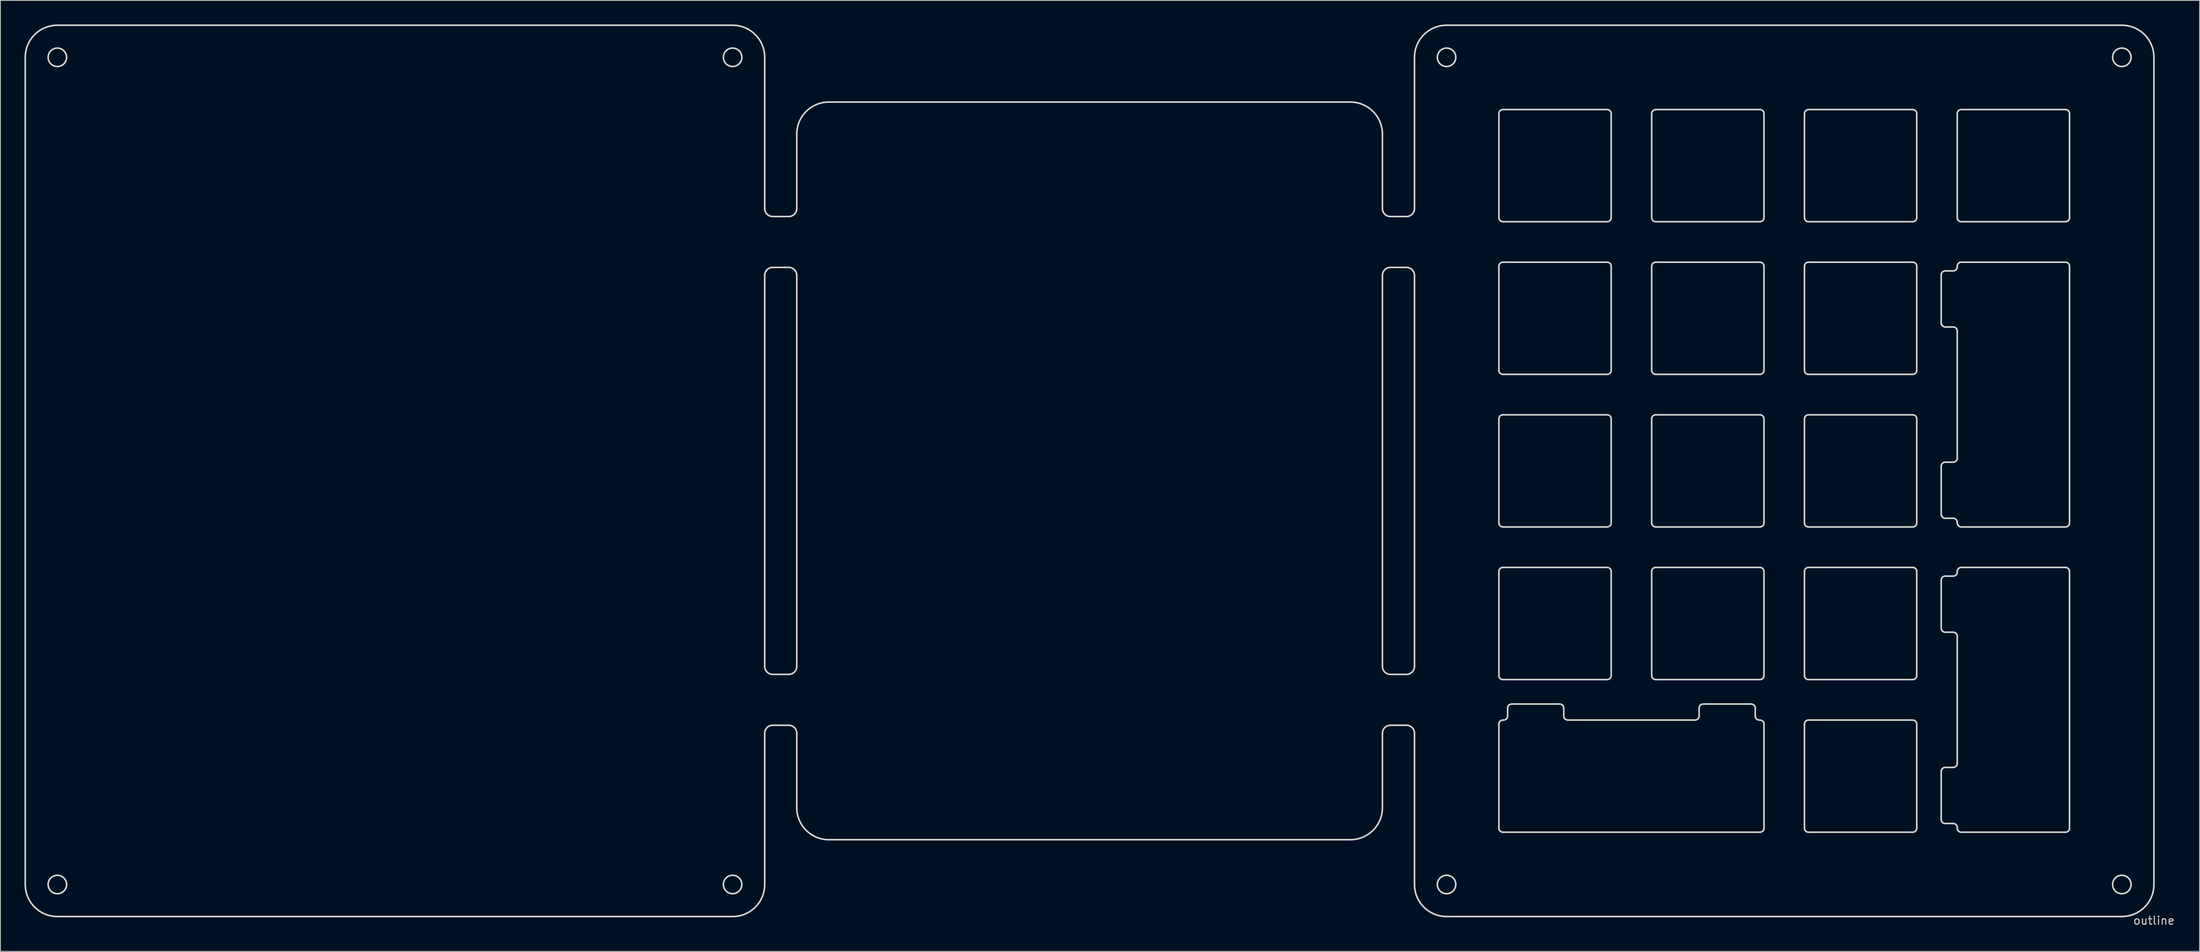
<source format=kicad_pcb>
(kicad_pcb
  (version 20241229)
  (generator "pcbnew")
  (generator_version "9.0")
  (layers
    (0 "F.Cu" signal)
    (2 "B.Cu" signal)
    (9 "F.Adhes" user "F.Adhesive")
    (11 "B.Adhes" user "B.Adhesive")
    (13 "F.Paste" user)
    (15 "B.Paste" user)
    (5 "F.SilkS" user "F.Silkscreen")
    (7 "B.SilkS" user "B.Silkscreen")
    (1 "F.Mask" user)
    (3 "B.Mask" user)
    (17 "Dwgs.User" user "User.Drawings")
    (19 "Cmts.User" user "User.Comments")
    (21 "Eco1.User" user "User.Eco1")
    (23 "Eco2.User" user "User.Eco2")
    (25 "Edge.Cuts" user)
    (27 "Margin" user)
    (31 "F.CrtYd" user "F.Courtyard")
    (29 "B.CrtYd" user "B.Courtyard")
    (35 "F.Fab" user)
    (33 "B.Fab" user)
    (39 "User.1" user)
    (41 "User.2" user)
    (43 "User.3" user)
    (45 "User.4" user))
  (footprint "outline"
    (layer "F.Cu")
    (at 265.525 111.35)
    (property "Reference" "outline" (at 0 0.5 0) (layer "Dwgs.User") (effects (font (size 1 1) (thickness 0.15))))
    (attr through_hole)
    (fp_line (start -265.425 -4) (end -265.425 -107.25) (stroke (width 0.2) (type solid)) (layer "Edge.Cuts"))
    (fp_line (start -261.425 -111.25) (end -177.225 -111.25) (stroke (width 0.2) (type solid)) (layer "Edge.Cuts"))
    (fp_line (start -177.225 0) (end -261.425 0) (stroke (width 0.2) (type solid)) (layer "Edge.Cuts"))
    (fp_line (start -173.225 -107.25) (end -173.225 -88.375) (stroke (width 0.2) (type solid)) (layer "Edge.Cuts"))
    (fp_line (start -173.225 -80.025) (end -173.225 -31.225) (stroke (width 0.2) (type solid)) (layer "Edge.Cuts"))
    (fp_line (start -173.225 -22.875) (end -173.225 -4) (stroke (width 0.2) (type solid)) (layer "Edge.Cuts"))
    (fp_line (start -172.225 -87.375) (end -170.225 -87.375) (stroke (width 0.2) (type solid)) (layer "Edge.Cuts"))
    (fp_line (start -172.225 -30.225) (end -170.225 -30.225) (stroke (width 0.2) (type solid)) (layer "Edge.Cuts"))
    (fp_line (start -170.225 -81.025) (end -172.225 -81.025) (stroke (width 0.2) (type solid)) (layer "Edge.Cuts"))
    (fp_line (start -170.225 -23.875) (end -172.225 -23.875) (stroke (width 0.2) (type solid)) (layer "Edge.Cuts"))
    (fp_line (start -169.225 -88.375) (end -169.225 -97.662) (stroke (width 0.2) (type solid)) (layer "Edge.Cuts"))
    (fp_line (start -169.225 -31.225) (end -169.225 -80.025) (stroke (width 0.2) (type solid)) (layer "Edge.Cuts"))
    (fp_line (start -169.225 -13.588) (end -169.225 -22.875) (stroke (width 0.2) (type solid)) (layer "Edge.Cuts"))
    (fp_line (start -165.225 -101.662) (end -100.2 -101.662) (stroke (width 0.2) (type solid)) (layer "Edge.Cuts"))
    (fp_line (start -100.2 -9.588) (end -165.225 -9.588) (stroke (width 0.2) (type solid)) (layer "Edge.Cuts"))
    (fp_line (start -96.2 -97.662) (end -96.2 -88.375) (stroke (width 0.2) (type solid)) (layer "Edge.Cuts"))
    (fp_line (start -96.2 -80.025) (end -96.2 -31.225) (stroke (width 0.2) (type solid)) (layer "Edge.Cuts"))
    (fp_line (start -96.2 -22.875) (end -96.2 -13.588) (stroke (width 0.2) (type solid)) (layer "Edge.Cuts"))
    (fp_line (start -95.2 -87.375) (end -93.2 -87.375) (stroke (width 0.2) (type solid)) (layer "Edge.Cuts"))
    (fp_line (start -95.2 -30.225) (end -93.2 -30.225) (stroke (width 0.2) (type solid)) (layer "Edge.Cuts"))
    (fp_line (start -93.2 -81.025) (end -95.2 -81.025) (stroke (width 0.2) (type solid)) (layer "Edge.Cuts"))
    (fp_line (start -93.2 -23.875) (end -95.2 -23.875) (stroke (width 0.2) (type solid)) (layer "Edge.Cuts"))
    (fp_line (start -92.2 -88.375) (end -92.2 -107.25) (stroke (width 0.2) (type solid)) (layer "Edge.Cuts"))
    (fp_line (start -92.2 -31.225) (end -92.2 -80.025) (stroke (width 0.2) (type solid)) (layer "Edge.Cuts"))
    (fp_line (start -92.2 -4) (end -92.2 -22.875) (stroke (width 0.2) (type solid)) (layer "Edge.Cuts"))
    (fp_line (start -88.2 -111.25) (end -4 -111.25) (stroke (width 0.2) (type solid)) (layer "Edge.Cuts"))
    (fp_line (start -81.675 -100.225) (end -81.675 -87.225) (stroke (width 0.2) (type solid)) (layer "Edge.Cuts"))
    (fp_line (start -81.675 -68.175) (end -81.675 -81.175) (stroke (width 0.2) (type solid)) (layer "Edge.Cuts"))
    (fp_line (start -81.675 -62.125) (end -81.675 -49.125) (stroke (width 0.2) (type solid)) (layer "Edge.Cuts"))
    (fp_line (start -81.675 -43.075) (end -81.675 -30.075) (stroke (width 0.2) (type solid)) (layer "Edge.Cuts"))
    (fp_line (start -81.675 -24.025) (end -81.675 -11.025) (stroke (width 0.2) (type solid)) (layer "Edge.Cuts"))
    (fp_line (start -81.175 -86.725) (end -68.175 -86.725) (stroke (width 0.2) (type solid)) (layer "Edge.Cuts"))
    (fp_line (start -81.175 -81.675) (end -68.175 -81.675) (stroke (width 0.2) (type solid)) (layer "Edge.Cuts"))
    (fp_line (start -81.175 -48.625) (end -68.175 -48.625) (stroke (width 0.2) (type solid)) (layer "Edge.Cuts"))
    (fp_line (start -81.175 -29.575) (end -68.175 -29.575) (stroke (width 0.2) (type solid)) (layer "Edge.Cuts"))
    (fp_line (start -81.175 -10.525) (end -49.125 -10.525) (stroke (width 0.2) (type solid)) (layer "Edge.Cuts"))
    (fp_line (start -81.088 -24.525) (end -81.175 -24.525) (stroke (width 0.2) (type solid)) (layer "Edge.Cuts"))
    (fp_line (start -80.588 -26.025) (end -80.588 -25.025) (stroke (width 0.2) (type solid)) (layer "Edge.Cuts"))
    (fp_line (start -74.088 -26.525) (end -80.088 -26.525) (stroke (width 0.2) (type solid)) (layer "Edge.Cuts"))
    (fp_line (start -73.588 -25.025) (end -73.588 -26.025) (stroke (width 0.2) (type solid)) (layer "Edge.Cuts"))
    (fp_line (start -68.175 -100.725) (end -81.175 -100.725) (stroke (width 0.2) (type solid)) (layer "Edge.Cuts"))
    (fp_line (start -68.175 -67.675) (end -81.175 -67.675) (stroke (width 0.2) (type solid)) (layer "Edge.Cuts"))
    (fp_line (start -68.175 -62.625) (end -81.175 -62.625) (stroke (width 0.2) (type solid)) (layer "Edge.Cuts"))
    (fp_line (start -68.175 -43.575) (end -81.175 -43.575) (stroke (width 0.2) (type solid)) (layer "Edge.Cuts"))
    (fp_line (start -67.675 -87.225) (end -67.675 -100.225) (stroke (width 0.2) (type solid)) (layer "Edge.Cuts"))
    (fp_line (start -67.675 -81.175) (end -67.675 -68.175) (stroke (width 0.2) (type solid)) (layer "Edge.Cuts"))
    (fp_line (start -67.675 -49.125) (end -67.675 -62.125) (stroke (width 0.2) (type solid)) (layer "Edge.Cuts"))
    (fp_line (start -67.675 -30.075) (end -67.675 -43.075) (stroke (width 0.2) (type solid)) (layer "Edge.Cuts"))
    (fp_line (start -62.625 -100.225) (end -62.625 -87.225) (stroke (width 0.2) (type solid)) (layer "Edge.Cuts"))
    (fp_line (start -62.625 -81.175) (end -62.625 -68.175) (stroke (width 0.2) (type solid)) (layer "Edge.Cuts"))
    (fp_line (start -62.625 -62.125) (end -62.625 -49.125) (stroke (width 0.2) (type solid)) (layer "Edge.Cuts"))
    (fp_line (start -62.625 -43.075) (end -62.625 -30.075) (stroke (width 0.2) (type solid)) (layer "Edge.Cuts"))
    (fp_line (start -62.125 -86.725) (end -49.125 -86.725) (stroke (width 0.2) (type solid)) (layer "Edge.Cuts"))
    (fp_line (start -62.125 -67.675) (end -49.125 -67.675) (stroke (width 0.2) (type solid)) (layer "Edge.Cuts"))
    (fp_line (start -62.125 -48.625) (end -49.125 -48.625) (stroke (width 0.2) (type solid)) (layer "Edge.Cuts"))
    (fp_line (start -62.125 -29.575) (end -49.125 -29.575) (stroke (width 0.2) (type solid)) (layer "Edge.Cuts"))
    (fp_line (start -57.212 -24.525) (end -73.088 -24.525) (stroke (width 0.2) (type solid)) (layer "Edge.Cuts"))
    (fp_line (start -56.712 -26.025) (end -56.712 -25.025) (stroke (width 0.2) (type solid)) (layer "Edge.Cuts"))
    (fp_line (start -50.212 -26.525) (end -56.212 -26.525) (stroke (width 0.2) (type solid)) (layer "Edge.Cuts"))
    (fp_line (start -49.712 -25.025) (end -49.712 -26.025) (stroke (width 0.2) (type solid)) (layer "Edge.Cuts"))
    (fp_line (start -49.125 -100.725) (end -62.125 -100.725) (stroke (width 0.2) (type solid)) (layer "Edge.Cuts"))
    (fp_line (start -49.125 -81.675) (end -62.125 -81.675) (stroke (width 0.2) (type solid)) (layer "Edge.Cuts"))
    (fp_line (start -49.125 -62.625) (end -62.125 -62.625) (stroke (width 0.2) (type solid)) (layer "Edge.Cuts"))
    (fp_line (start -49.125 -43.575) (end -62.125 -43.575) (stroke (width 0.2) (type solid)) (layer "Edge.Cuts"))
    (fp_line (start -49.125 -24.525) (end -49.212 -24.525) (stroke (width 0.2) (type solid)) (layer "Edge.Cuts"))
    (fp_line (start -48.625 -87.225) (end -48.625 -100.225) (stroke (width 0.2) (type solid)) (layer "Edge.Cuts"))
    (fp_line (start -48.625 -68.175) (end -48.625 -81.175) (stroke (width 0.2) (type solid)) (layer "Edge.Cuts"))
    (fp_line (start -48.625 -49.125) (end -48.625 -62.125) (stroke (width 0.2) (type solid)) (layer "Edge.Cuts"))
    (fp_line (start -48.625 -30.075) (end -48.625 -43.075) (stroke (width 0.2) (type solid)) (layer "Edge.Cuts"))
    (fp_line (start -48.625 -11.025) (end -48.625 -24.025) (stroke (width 0.2) (type solid)) (layer "Edge.Cuts"))
    (fp_line (start -43.575 -87.225) (end -43.575 -100.225) (stroke (width 0.2) (type solid)) (layer "Edge.Cuts"))
    (fp_line (start -43.575 -81.175) (end -43.575 -68.175) (stroke (width 0.2) (type solid)) (layer "Edge.Cuts"))
    (fp_line (start -43.575 -62.125) (end -43.575 -49.125) (stroke (width 0.2) (type solid)) (layer "Edge.Cuts"))
    (fp_line (start -43.575 -43.075) (end -43.575 -30.075) (stroke (width 0.2) (type solid)) (layer "Edge.Cuts"))
    (fp_line (start -43.575 -24.025) (end -43.575 -11.025) (stroke (width 0.2) (type solid)) (layer "Edge.Cuts"))
    (fp_line (start -43.075 -100.725) (end -30.075 -100.725) (stroke (width 0.2) (type solid)) (layer "Edge.Cuts"))
    (fp_line (start -43.075 -67.675) (end -30.075 -67.675) (stroke (width 0.2) (type solid)) (layer "Edge.Cuts"))
    (fp_line (start -43.075 -48.625) (end -30.075 -48.625) (stroke (width 0.2) (type solid)) (layer "Edge.Cuts"))
    (fp_line (start -43.075 -29.575) (end -30.075 -29.575) (stroke (width 0.2) (type solid)) (layer "Edge.Cuts"))
    (fp_line (start -43.075 -10.525) (end -30.075 -10.525) (stroke (width 0.2) (type solid)) (layer "Edge.Cuts"))
    (fp_line (start -30.075 -86.725) (end -43.075 -86.725) (stroke (width 0.2) (type solid)) (layer "Edge.Cuts"))
    (fp_line (start -30.075 -81.675) (end -43.075 -81.675) (stroke (width 0.2) (type solid)) (layer "Edge.Cuts"))
    (fp_line (start -30.075 -62.625) (end -43.075 -62.625) (stroke (width 0.2) (type solid)) (layer "Edge.Cuts"))
    (fp_line (start -30.075 -43.575) (end -43.075 -43.575) (stroke (width 0.2) (type solid)) (layer "Edge.Cuts"))
    (fp_line (start -30.075 -24.525) (end -43.075 -24.525) (stroke (width 0.2) (type solid)) (layer "Edge.Cuts"))
    (fp_line (start -29.575 -100.225) (end -29.575 -87.225) (stroke (width 0.2) (type solid)) (layer "Edge.Cuts"))
    (fp_line (start -29.575 -68.175) (end -29.575 -81.175) (stroke (width 0.2) (type solid)) (layer "Edge.Cuts"))
    (fp_line (start -29.575 -49.125) (end -29.575 -62.125) (stroke (width 0.2) (type solid)) (layer "Edge.Cuts"))
    (fp_line (start -29.575 -30.075) (end -29.575 -43.075) (stroke (width 0.2) (type solid)) (layer "Edge.Cuts"))
    (fp_line (start -29.575 -11.025) (end -29.575 -24.025) (stroke (width 0.2) (type solid)) (layer "Edge.Cuts"))
    (fp_line (start -26.525 -80.088) (end -26.525 -74.088) (stroke (width 0.2) (type solid)) (layer "Edge.Cuts"))
    (fp_line (start -26.525 -56.212) (end -26.525 -50.212) (stroke (width 0.2) (type solid)) (layer "Edge.Cuts"))
    (fp_line (start -26.525 -41.988) (end -26.525 -35.988) (stroke (width 0.2) (type solid)) (layer "Edge.Cuts"))
    (fp_line (start -26.525 -18.112) (end -26.525 -12.112) (stroke (width 0.2) (type solid)) (layer "Edge.Cuts"))
    (fp_line (start -26.025 -73.588) (end -25.025 -73.588) (stroke (width 0.2) (type solid)) (layer "Edge.Cuts"))
    (fp_line (start -26.025 -49.712) (end -25.025 -49.712) (stroke (width 0.2) (type solid)) (layer "Edge.Cuts"))
    (fp_line (start -26.025 -35.488) (end -25.025 -35.488) (stroke (width 0.2) (type solid)) (layer "Edge.Cuts"))
    (fp_line (start -26.025 -11.612) (end -25.025 -11.612) (stroke (width 0.2) (type solid)) (layer "Edge.Cuts"))
    (fp_line (start -25.025 -80.588) (end -26.025 -80.588) (stroke (width 0.2) (type solid)) (layer "Edge.Cuts"))
    (fp_line (start -25.025 -56.712) (end -26.025 -56.712) (stroke (width 0.2) (type solid)) (layer "Edge.Cuts"))
    (fp_line (start -25.025 -42.488) (end -26.025 -42.488) (stroke (width 0.2) (type solid)) (layer "Edge.Cuts"))
    (fp_line (start -25.025 -18.612) (end -26.025 -18.612) (stroke (width 0.2) (type solid)) (layer "Edge.Cuts"))
    (fp_line (start -24.525 -100.225) (end -24.525 -87.225) (stroke (width 0.2) (type solid)) (layer "Edge.Cuts"))
    (fp_line (start -24.525 -81.175) (end -24.525 -81.088) (stroke (width 0.2) (type solid)) (layer "Edge.Cuts"))
    (fp_line (start -24.525 -73.088) (end -24.525 -57.212) (stroke (width 0.2) (type solid)) (layer "Edge.Cuts"))
    (fp_line (start -24.525 -49.212) (end -24.525 -49.125) (stroke (width 0.2) (type solid)) (layer "Edge.Cuts"))
    (fp_line (start -24.525 -43.075) (end -24.525 -42.988) (stroke (width 0.2) (type solid)) (layer "Edge.Cuts"))
    (fp_line (start -24.525 -34.988) (end -24.525 -19.112) (stroke (width 0.2) (type solid)) (layer "Edge.Cuts"))
    (fp_line (start -24.525 -11.112) (end -24.525 -11.025) (stroke (width 0.2) (type solid)) (layer "Edge.Cuts"))
    (fp_line (start -24.025 -86.725) (end -11.025 -86.725) (stroke (width 0.2) (type solid)) (layer "Edge.Cuts"))
    (fp_line (start -24.025 -48.625) (end -11.025 -48.625) (stroke (width 0.2) (type solid)) (layer "Edge.Cuts"))
    (fp_line (start -24.025 -10.525) (end -11.025 -10.525) (stroke (width 0.2) (type solid)) (layer "Edge.Cuts"))
    (fp_line (start -11.025 -100.725) (end -24.025 -100.725) (stroke (width 0.2) (type solid)) (layer "Edge.Cuts"))
    (fp_line (start -11.025 -81.675) (end -24.025 -81.675) (stroke (width 0.2) (type solid)) (layer "Edge.Cuts"))
    (fp_line (start -11.025 -43.575) (end -24.025 -43.575) (stroke (width 0.2) (type solid)) (layer "Edge.Cuts"))
    (fp_line (start -10.525 -87.225) (end -10.525 -100.225) (stroke (width 0.2) (type solid)) (layer "Edge.Cuts"))
    (fp_line (start -10.525 -49.125) (end -10.525 -81.175) (stroke (width 0.2) (type solid)) (layer "Edge.Cuts"))
    (fp_line (start -10.525 -11.025) (end -10.525 -43.075) (stroke (width 0.2) (type solid)) (layer "Edge.Cuts"))
    (fp_line (start -4 0) (end -88.2 0) (stroke (width 0.2) (type solid)) (layer "Edge.Cuts"))
    (fp_line (start 0 -107.25) (end 0 -4) (stroke (width 0.2) (type solid)) (layer "Edge.Cuts"))
    (fp_arc (start -265.425 -107.25) (mid -264.253427 -110.078427) (end -261.425 -111.25) (stroke (width 0.2) (type solid)) (layer "Edge.Cuts"))
    (fp_arc (start -261.425 0) (mid -264.253427 -1.171573) (end -265.425 -4) (stroke (width 0.2) (type solid)) (layer "Edge.Cuts"))
    (fp_arc (start -177.225 -111.25) (mid -174.396573 -110.078427) (end -173.225 -107.25) (stroke (width 0.2) (type solid)) (layer "Edge.Cuts"))
    (fp_arc (start -173.225 -80.025) (mid -172.932107 -80.732107) (end -172.225 -81.025) (stroke (width 0.2) (type solid)) (layer "Edge.Cuts"))
    (fp_arc (start -173.225 -22.875) (mid -172.932107 -23.582107) (end -172.225 -23.875) (stroke (width 0.2) (type solid)) (layer "Edge.Cuts"))
    (fp_arc (start -173.225 -4) (mid -174.396573 -1.171573) (end -177.225 0) (stroke (width 0.2) (type solid)) (layer "Edge.Cuts"))
    (fp_arc (start -172.225 -87.375) (mid -172.932107 -87.667893) (end -173.225 -88.375) (stroke (width 0.2) (type solid)) (layer "Edge.Cuts"))
    (fp_arc (start -172.225 -30.225) (mid -172.932107 -30.517893) (end -173.225 -31.225) (stroke (width 0.2) (type solid)) (layer "Edge.Cuts"))
    (fp_arc (start -170.225 -81.025) (mid -169.517893 -80.732107) (end -169.225 -80.025) (stroke (width 0.2) (type solid)) (layer "Edge.Cuts"))
    (fp_arc (start -170.225 -23.875) (mid -169.517893 -23.582107) (end -169.225 -22.875) (stroke (width 0.2) (type solid)) (layer "Edge.Cuts"))
    (fp_arc (start -169.225 -97.6625) (mid -168.053427 -100.490927) (end -165.225 -101.6625) (stroke (width 0.2) (type solid)) (layer "Edge.Cuts"))
    (fp_arc (start -169.225 -88.375) (mid -169.517893 -87.667893) (end -170.225 -87.375) (stroke (width 0.2) (type solid)) (layer "Edge.Cuts"))
    (fp_arc (start -169.225 -31.225) (mid -169.517893 -30.517893) (end -170.225 -30.225) (stroke (width 0.2) (type solid)) (layer "Edge.Cuts"))
    (fp_arc (start -165.225 -9.5875) (mid -168.053427 -10.759073) (end -169.225 -13.5875) (stroke (width 0.2) (type solid)) (layer "Edge.Cuts"))
    (fp_arc (start -100.2 -101.6625) (mid -97.371573 -100.490927) (end -96.2 -97.6625) (stroke (width 0.2) (type solid)) (layer "Edge.Cuts"))
    (fp_arc (start -96.2 -80.025) (mid -95.907107 -80.732107) (end -95.2 -81.025) (stroke (width 0.2) (type solid)) (layer "Edge.Cuts"))
    (fp_arc (start -96.2 -22.875) (mid -95.907107 -23.582107) (end -95.2 -23.875) (stroke (width 0.2) (type solid)) (layer "Edge.Cuts"))
    (fp_arc (start -96.2 -13.5875) (mid -97.371573 -10.759073) (end -100.2 -9.5875) (stroke (width 0.2) (type solid)) (layer "Edge.Cuts"))
    (fp_arc (start -95.2 -87.375) (mid -95.907107 -87.667893) (end -96.2 -88.375) (stroke (width 0.2) (type solid)) (layer "Edge.Cuts"))
    (fp_arc (start -95.2 -30.225) (mid -95.907107 -30.517893) (end -96.2 -31.225) (stroke (width 0.2) (type solid)) (layer "Edge.Cuts"))
    (fp_arc (start -93.2 -81.025) (mid -92.492893 -80.732107) (end -92.2 -80.025) (stroke (width 0.2) (type solid)) (layer "Edge.Cuts"))
    (fp_arc (start -93.2 -23.875) (mid -92.492893 -23.582107) (end -92.2 -22.875) (stroke (width 0.2) (type solid)) (layer "Edge.Cuts"))
    (fp_arc (start -92.2 -107.25) (mid -91.028427 -110.078427) (end -88.2 -111.25) (stroke (width 0.2) (type solid)) (layer "Edge.Cuts"))
    (fp_arc (start -92.2 -88.375) (mid -92.492893 -87.667893) (end -93.2 -87.375) (stroke (width 0.2) (type solid)) (layer "Edge.Cuts"))
    (fp_arc (start -92.2 -31.225) (mid -92.492893 -30.517893) (end -93.2 -30.225) (stroke (width 0.2) (type solid)) (layer "Edge.Cuts"))
    (fp_arc (start -88.2 0) (mid -91.028427 -1.171573) (end -92.2 -4) (stroke (width 0.2) (type solid)) (layer "Edge.Cuts"))
    (fp_arc (start -81.675 -100.225) (mid -81.528553 -100.578553) (end -81.175 -100.725) (stroke (width 0.2) (type solid)) (layer "Edge.Cuts"))
    (fp_arc (start -81.675 -81.175) (mid -81.528553 -81.528553) (end -81.175 -81.675) (stroke (width 0.2) (type solid)) (layer "Edge.Cuts"))
    (fp_arc (start -81.675 -62.125) (mid -81.528553 -62.478553) (end -81.175 -62.625) (stroke (width 0.2) (type solid)) (layer "Edge.Cuts"))
    (fp_arc (start -81.675 -43.075) (mid -81.528553 -43.428553) (end -81.175 -43.575) (stroke (width 0.2) (type solid)) (layer "Edge.Cuts"))
    (fp_arc (start -81.675 -24.025) (mid -81.528553 -24.378553) (end -81.175 -24.525) (stroke (width 0.2) (type solid)) (layer "Edge.Cuts"))
    (fp_arc (start -81.175 -86.725) (mid -81.528553 -86.871447) (end -81.675 -87.225) (stroke (width 0.2) (type solid)) (layer "Edge.Cuts"))
    (fp_arc (start -81.175 -67.675) (mid -81.528553 -67.821447) (end -81.675 -68.175) (stroke (width 0.2) (type solid)) (layer "Edge.Cuts"))
    (fp_arc (start -81.175 -48.625) (mid -81.528553 -48.771447) (end -81.675 -49.125) (stroke (width 0.2) (type solid)) (layer "Edge.Cuts"))
    (fp_arc (start -81.175 -29.575) (mid -81.528553 -29.721447) (end -81.675 -30.075) (stroke (width 0.2) (type solid)) (layer "Edge.Cuts"))
    (fp_arc (start -81.175 -10.525) (mid -81.528553 -10.671447) (end -81.675 -11.025) (stroke (width 0.2) (type solid)) (layer "Edge.Cuts"))
    (fp_arc (start -80.588 -26.025) (mid -80.441553 -26.378553) (end -80.088 -26.525) (stroke (width 0.2) (type solid)) (layer "Edge.Cuts"))
    (fp_arc (start -80.588 -25.025) (mid -80.734447 -24.671447) (end -81.088 -24.525) (stroke (width 0.2) (type solid)) (layer "Edge.Cuts"))
    (fp_arc (start -74.088 -26.525) (mid -73.734447 -26.378553) (end -73.588 -26.025) (stroke (width 0.2) (type solid)) (layer "Edge.Cuts"))
    (fp_arc (start -73.088 -24.525) (mid -73.441553 -24.671447) (end -73.588 -25.025) (stroke (width 0.2) (type solid)) (layer "Edge.Cuts"))
    (fp_arc (start -68.175 -100.725) (mid -67.821447 -100.578553) (end -67.675 -100.225) (stroke (width 0.2) (type solid)) (layer "Edge.Cuts"))
    (fp_arc (start -68.175 -81.675) (mid -67.821447 -81.528553) (end -67.675 -81.175) (stroke (width 0.2) (type solid)) (layer "Edge.Cuts"))
    (fp_arc (start -68.175 -62.625) (mid -67.821447 -62.478553) (end -67.675 -62.125) (stroke (width 0.2) (type solid)) (layer "Edge.Cuts"))
    (fp_arc (start -68.175 -43.575) (mid -67.821447 -43.428553) (end -67.675 -43.075) (stroke (width 0.2) (type solid)) (layer "Edge.Cuts"))
    (fp_arc (start -67.675 -87.225) (mid -67.821447 -86.871447) (end -68.175 -86.725) (stroke (width 0.2) (type solid)) (layer "Edge.Cuts"))
    (fp_arc (start -67.675 -68.175) (mid -67.821447 -67.821447) (end -68.175 -67.675) (stroke (width 0.2) (type solid)) (layer "Edge.Cuts"))
    (fp_arc (start -67.675 -49.125) (mid -67.821447 -48.771447) (end -68.175 -48.625) (stroke (width 0.2) (type solid)) (layer "Edge.Cuts"))
    (fp_arc (start -67.675 -30.075) (mid -67.821447 -29.721447) (end -68.175 -29.575) (stroke (width 0.2) (type solid)) (layer "Edge.Cuts"))
    (fp_arc (start -62.625 -100.225) (mid -62.478553 -100.578553) (end -62.125 -100.725) (stroke (width 0.2) (type solid)) (layer "Edge.Cuts"))
    (fp_arc (start -62.625 -81.175) (mid -62.478553 -81.528553) (end -62.125 -81.675) (stroke (width 0.2) (type solid)) (layer "Edge.Cuts"))
    (fp_arc (start -62.625 -62.125) (mid -62.478553 -62.478553) (end -62.125 -62.625) (stroke (width 0.2) (type solid)) (layer "Edge.Cuts"))
    (fp_arc (start -62.625 -43.075) (mid -62.478553 -43.428553) (end -62.125 -43.575) (stroke (width 0.2) (type solid)) (layer "Edge.Cuts"))
    (fp_arc (start -62.125 -86.725) (mid -62.478553 -86.871447) (end -62.625 -87.225) (stroke (width 0.2) (type solid)) (layer "Edge.Cuts"))
    (fp_arc (start -62.125 -67.675) (mid -62.478553 -67.821447) (end -62.625 -68.175) (stroke (width 0.2) (type solid)) (layer "Edge.Cuts"))
    (fp_arc (start -62.125 -48.625) (mid -62.478553 -48.771447) (end -62.625 -49.125) (stroke (width 0.2) (type solid)) (layer "Edge.Cuts"))
    (fp_arc (start -62.125 -29.575) (mid -62.478553 -29.721447) (end -62.625 -30.075) (stroke (width 0.2) (type solid)) (layer "Edge.Cuts"))
    (fp_arc (start -56.712 -26.025) (mid -56.565553 -26.378553) (end -56.212 -26.525) (stroke (width 0.2) (type solid)) (layer "Edge.Cuts"))
    (fp_arc (start -56.712 -25.025) (mid -56.858447 -24.671447) (end -57.212 -24.525) (stroke (width 0.2) (type solid)) (layer "Edge.Cuts"))
    (fp_arc (start -50.212 -26.525) (mid -49.858447 -26.378553) (end -49.712 -26.025) (stroke (width 0.2) (type solid)) (layer "Edge.Cuts"))
    (fp_arc (start -49.212 -24.525) (mid -49.565553 -24.671447) (end -49.712 -25.025) (stroke (width 0.2) (type solid)) (layer "Edge.Cuts"))
    (fp_arc (start -49.125 -100.725) (mid -48.771447 -100.578553) (end -48.625 -100.225) (stroke (width 0.2) (type solid)) (layer "Edge.Cuts"))
    (fp_arc (start -49.125 -81.675) (mid -48.771447 -81.528553) (end -48.625 -81.175) (stroke (width 0.2) (type solid)) (layer "Edge.Cuts"))
    (fp_arc (start -49.125 -62.625) (mid -48.771447 -62.478553) (end -48.625 -62.125) (stroke (width 0.2) (type solid)) (layer "Edge.Cuts"))
    (fp_arc (start -49.125 -43.575) (mid -48.771447 -43.428553) (end -48.625 -43.075) (stroke (width 0.2) (type solid)) (layer "Edge.Cuts"))
    (fp_arc (start -49.125 -24.525) (mid -48.771447 -24.378553) (end -48.625 -24.025) (stroke (width 0.2) (type solid)) (layer "Edge.Cuts"))
    (fp_arc (start -48.625 -87.225) (mid -48.771447 -86.871447) (end -49.125 -86.725) (stroke (width 0.2) (type solid)) (layer "Edge.Cuts"))
    (fp_arc (start -48.625 -68.175) (mid -48.771447 -67.821447) (end -49.125 -67.675) (stroke (width 0.2) (type solid)) (layer "Edge.Cuts"))
    (fp_arc (start -48.625 -49.125) (mid -48.771447 -48.771447) (end -49.125 -48.625) (stroke (width 0.2) (type solid)) (layer "Edge.Cuts"))
    (fp_arc (start -48.625 -30.075) (mid -48.771447 -29.721447) (end -49.125 -29.575) (stroke (width 0.2) (type solid)) (layer "Edge.Cuts"))
    (fp_arc (start -48.625 -11.025) (mid -48.771447 -10.671447) (end -49.125 -10.525) (stroke (width 0.2) (type solid)) (layer "Edge.Cuts"))
    (fp_arc (start -43.575 -100.225) (mid -43.428553 -100.578553) (end -43.075 -100.725) (stroke (width 0.2) (type solid)) (layer "Edge.Cuts"))
    (fp_arc (start -43.575 -81.175) (mid -43.428553 -81.528553) (end -43.075 -81.675) (stroke (width 0.2) (type solid)) (layer "Edge.Cuts"))
    (fp_arc (start -43.575 -62.125) (mid -43.428553 -62.478553) (end -43.075 -62.625) (stroke (width 0.2) (type solid)) (layer "Edge.Cuts"))
    (fp_arc (start -43.575 -43.075) (mid -43.428553 -43.428553) (end -43.075 -43.575) (stroke (width 0.2) (type solid)) (layer "Edge.Cuts"))
    (fp_arc (start -43.575 -24.025) (mid -43.428553 -24.378553) (end -43.075 -24.525) (stroke (width 0.2) (type solid)) (layer "Edge.Cuts"))
    (fp_arc (start -43.075 -86.725) (mid -43.428553 -86.871447) (end -43.575 -87.225) (stroke (width 0.2) (type solid)) (layer "Edge.Cuts"))
    (fp_arc (start -43.075 -67.675) (mid -43.428553 -67.821447) (end -43.575 -68.175) (stroke (width 0.2) (type solid)) (layer "Edge.Cuts"))
    (fp_arc (start -43.075 -48.625) (mid -43.428553 -48.771447) (end -43.575 -49.125) (stroke (width 0.2) (type solid)) (layer "Edge.Cuts"))
    (fp_arc (start -43.075 -29.575) (mid -43.428553 -29.721447) (end -43.575 -30.075) (stroke (width 0.2) (type solid)) (layer "Edge.Cuts"))
    (fp_arc (start -43.075 -10.525) (mid -43.428553 -10.671447) (end -43.575 -11.025) (stroke (width 0.2) (type solid)) (layer "Edge.Cuts"))
    (fp_arc (start -30.075 -100.725) (mid -29.721447 -100.578553) (end -29.575 -100.225) (stroke (width 0.2) (type solid)) (layer "Edge.Cuts"))
    (fp_arc (start -30.075 -81.675) (mid -29.721447 -81.528553) (end -29.575 -81.175) (stroke (width 0.2) (type solid)) (layer "Edge.Cuts"))
    (fp_arc (start -30.075 -62.625) (mid -29.721447 -62.478553) (end -29.575 -62.125) (stroke (width 0.2) (type solid)) (layer "Edge.Cuts"))
    (fp_arc (start -30.075 -43.575) (mid -29.721447 -43.428553) (end -29.575 -43.075) (stroke (width 0.2) (type solid)) (layer "Edge.Cuts"))
    (fp_arc (start -30.075 -24.525) (mid -29.721447 -24.378553) (end -29.575 -24.025) (stroke (width 0.2) (type solid)) (layer "Edge.Cuts"))
    (fp_arc (start -29.575 -87.225) (mid -29.721447 -86.871447) (end -30.075 -86.725) (stroke (width 0.2) (type solid)) (layer "Edge.Cuts"))
    (fp_arc (start -29.575 -68.175) (mid -29.721447 -67.821447) (end -30.075 -67.675) (stroke (width 0.2) (type solid)) (layer "Edge.Cuts"))
    (fp_arc (start -29.575 -49.125) (mid -29.721447 -48.771447) (end -30.075 -48.625) (stroke (width 0.2) (type solid)) (layer "Edge.Cuts"))
    (fp_arc (start -29.575 -30.075) (mid -29.721447 -29.721447) (end -30.075 -29.575) (stroke (width 0.2) (type solid)) (layer "Edge.Cuts"))
    (fp_arc (start -29.575 -11.025) (mid -29.721447 -10.671447) (end -30.075 -10.525) (stroke (width 0.2) (type solid)) (layer "Edge.Cuts"))
    (fp_arc (start -26.525 -80.088) (mid -26.378553 -80.441553) (end -26.025 -80.588) (stroke (width 0.2) (type solid)) (layer "Edge.Cuts"))
    (fp_arc (start -26.525 -56.212) (mid -26.378553 -56.565553) (end -26.025 -56.712) (stroke (width 0.2) (type solid)) (layer "Edge.Cuts"))
    (fp_arc (start -26.525 -41.988) (mid -26.378553 -42.341553) (end -26.025 -42.488) (stroke (width 0.2) (type solid)) (layer "Edge.Cuts"))
    (fp_arc (start -26.525 -18.112) (mid -26.378553 -18.465553) (end -26.025 -18.612) (stroke (width 0.2) (type solid)) (layer "Edge.Cuts"))
    (fp_arc (start -26.025 -73.588) (mid -26.378553 -73.734447) (end -26.525 -74.088) (stroke (width 0.2) (type solid)) (layer "Edge.Cuts"))
    (fp_arc (start -26.025 -49.712) (mid -26.378553 -49.858447) (end -26.525 -50.212) (stroke (width 0.2) (type solid)) (layer "Edge.Cuts"))
    (fp_arc (start -26.025 -35.488) (mid -26.378553 -35.634447) (end -26.525 -35.988) (stroke (width 0.2) (type solid)) (layer "Edge.Cuts"))
    (fp_arc (start -26.025 -11.612) (mid -26.378553 -11.758447) (end -26.525 -12.112) (stroke (width 0.2) (type solid)) (layer "Edge.Cuts"))
    (fp_arc (start -25.025 -73.588) (mid -24.671447 -73.441553) (end -24.525 -73.088) (stroke (width 0.2) (type solid)) (layer "Edge.Cuts"))
    (fp_arc (start -25.025 -49.712) (mid -24.671447 -49.565553) (end -24.525 -49.212) (stroke (width 0.2) (type solid)) (layer "Edge.Cuts"))
    (fp_arc (start -25.025 -35.488) (mid -24.671447 -35.341553) (end -24.525 -34.988) (stroke (width 0.2) (type solid)) (layer "Edge.Cuts"))
    (fp_arc (start -25.025 -11.612) (mid -24.671447 -11.465553) (end -24.525 -11.112) (stroke (width 0.2) (type solid)) (layer "Edge.Cuts"))
    (fp_arc (start -24.525 -100.225) (mid -24.378553 -100.578553) (end -24.025 -100.725) (stroke (width 0.2) (type solid)) (layer "Edge.Cuts"))
    (fp_arc (start -24.525 -81.175) (mid -24.378553 -81.528553) (end -24.025 -81.675) (stroke (width 0.2) (type solid)) (layer "Edge.Cuts"))
    (fp_arc (start -24.525 -81.088) (mid -24.671447 -80.734447) (end -25.025 -80.588) (stroke (width 0.2) (type solid)) (layer "Edge.Cuts"))
    (fp_arc (start -24.525 -57.212) (mid -24.671447 -56.858447) (end -25.025 -56.712) (stroke (width 0.2) (type solid)) (layer "Edge.Cuts"))
    (fp_arc (start -24.525 -43.075) (mid -24.378553 -43.428553) (end -24.025 -43.575) (stroke (width 0.2) (type solid)) (layer "Edge.Cuts"))
    (fp_arc (start -24.525 -42.988) (mid -24.671447 -42.634447) (end -25.025 -42.488) (stroke (width 0.2) (type solid)) (layer "Edge.Cuts"))
    (fp_arc (start -24.525 -19.112) (mid -24.671447 -18.758447) (end -25.025 -18.612) (stroke (width 0.2) (type solid)) (layer "Edge.Cuts"))
    (fp_arc (start -24.025 -86.725) (mid -24.378553 -86.871447) (end -24.525 -87.225) (stroke (width 0.2) (type solid)) (layer "Edge.Cuts"))
    (fp_arc (start -24.025 -48.625) (mid -24.378553 -48.771447) (end -24.525 -49.125) (stroke (width 0.2) (type solid)) (layer "Edge.Cuts"))
    (fp_arc (start -24.025 -10.525) (mid -24.378553 -10.671447) (end -24.525 -11.025) (stroke (width 0.2) (type solid)) (layer "Edge.Cuts"))
    (fp_arc (start -11.025 -100.725) (mid -10.671447 -100.578553) (end -10.525 -100.225) (stroke (width 0.2) (type solid)) (layer "Edge.Cuts"))
    (fp_arc (start -11.025 -81.675) (mid -10.671447 -81.528553) (end -10.525 -81.175) (stroke (width 0.2) (type solid)) (layer "Edge.Cuts"))
    (fp_arc (start -11.025 -43.575) (mid -10.671447 -43.428553) (end -10.525 -43.075) (stroke (width 0.2) (type solid)) (layer "Edge.Cuts"))
    (fp_arc (start -10.525 -87.225) (mid -10.671447 -86.871447) (end -11.025 -86.725) (stroke (width 0.2) (type solid)) (layer "Edge.Cuts"))
    (fp_arc (start -10.525 -49.125) (mid -10.671447 -48.771447) (end -11.025 -48.625) (stroke (width 0.2) (type solid)) (layer "Edge.Cuts"))
    (fp_arc (start -10.525 -11.025) (mid -10.671447 -10.671447) (end -11.025 -10.525) (stroke (width 0.2) (type solid)) (layer "Edge.Cuts"))
    (fp_arc (start -4 -111.25) (mid -1.171573 -110.078427) (end 0 -107.25) (stroke (width 0.2) (type solid)) (layer "Edge.Cuts"))
    (fp_arc (start 0 -4) (mid -1.171573 -1.171573) (end -4 0) (stroke (width 0.2) (type solid)) (layer "Edge.Cuts"))
    (fp_circle (center -261.425 -107.25) (end -260.275 -107.25) (stroke (width 0.2) (type solid)) (fill no) (layer "Edge.Cuts"))
    (fp_circle (center -261.425 -4) (end -260.275 -4) (stroke (width 0.2) (type solid)) (fill no) (layer "Edge.Cuts"))
    (fp_circle (center -177.225 -107.25) (end -176.075 -107.25) (stroke (width 0.2) (type solid)) (fill no) (layer "Edge.Cuts"))
    (fp_circle (center -177.225 -4) (end -176.075 -4) (stroke (width 0.2) (type solid)) (fill no) (layer "Edge.Cuts"))
    (fp_circle (center -88.2 -107.25) (end -87.05 -107.25) (stroke (width 0.2) (type solid)) (fill no) (layer "Edge.Cuts"))
    (fp_circle (center -88.2 -4) (end -87.05 -4) (stroke (width 0.2) (type solid)) (fill no) (layer "Edge.Cuts"))
    (fp_circle (center -4 -107.25) (end -2.85 -107.25) (stroke (width 0.2) (type solid)) (fill no) (layer "Edge.Cuts"))
    (fp_circle (center -4 -4) (end -2.85 -4) (stroke (width 0.2) (type solid)) (fill no) (layer "Edge.Cuts")))
  (gr_rect
    (start -3 -3)
    (end 271.221 115.698)
    (stroke (width 0.1) (type default))
    (fill no)
    (layer "Edge.Cuts")))
</source>
